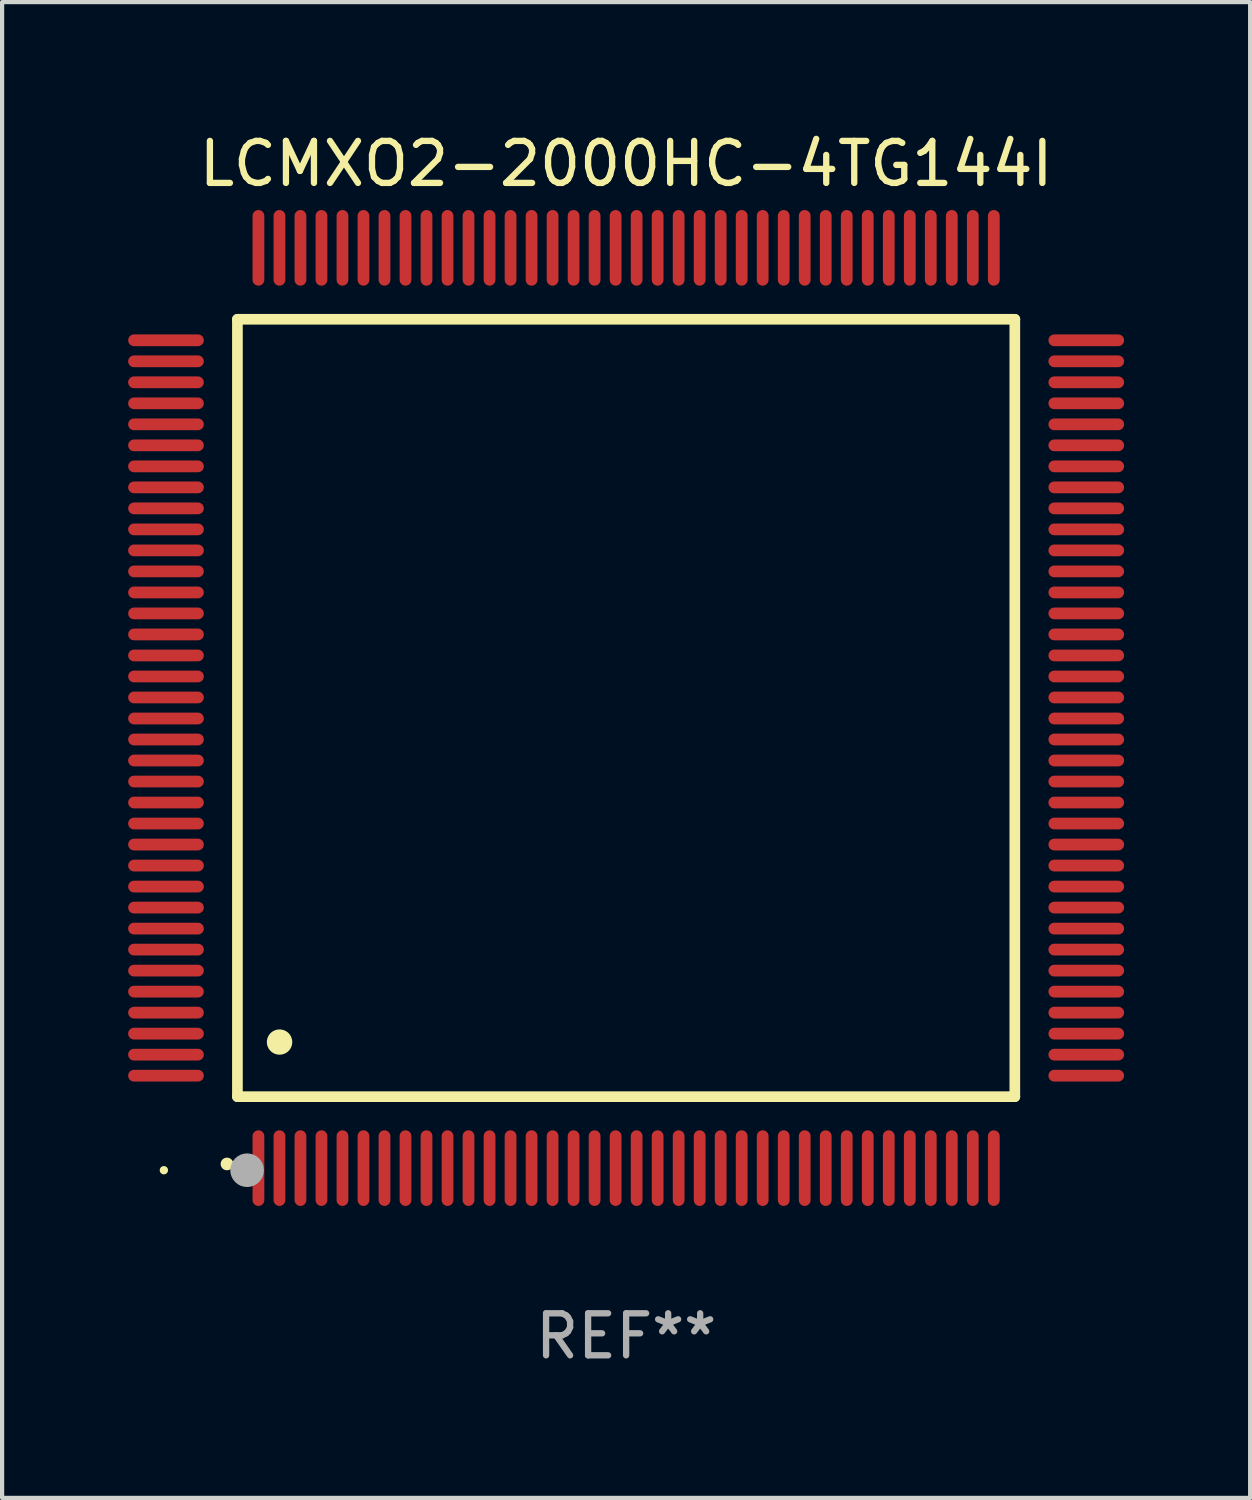
<source format=kicad_pcb>
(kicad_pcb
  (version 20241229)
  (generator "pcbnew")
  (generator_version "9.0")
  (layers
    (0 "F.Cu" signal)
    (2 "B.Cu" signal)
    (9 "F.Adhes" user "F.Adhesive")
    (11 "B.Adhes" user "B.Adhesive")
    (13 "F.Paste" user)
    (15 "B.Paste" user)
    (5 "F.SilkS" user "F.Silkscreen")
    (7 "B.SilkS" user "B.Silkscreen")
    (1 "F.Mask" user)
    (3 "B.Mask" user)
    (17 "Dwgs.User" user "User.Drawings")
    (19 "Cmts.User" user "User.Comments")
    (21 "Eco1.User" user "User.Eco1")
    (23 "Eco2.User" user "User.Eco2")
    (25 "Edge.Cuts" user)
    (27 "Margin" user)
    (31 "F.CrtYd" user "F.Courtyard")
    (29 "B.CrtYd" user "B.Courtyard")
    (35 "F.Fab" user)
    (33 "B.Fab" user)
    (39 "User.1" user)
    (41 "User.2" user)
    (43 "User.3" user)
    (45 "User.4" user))
  (footprint "LCMXO2-2000HC-4TG144I"
    (layer "F.Cu")
    (at 11.85 13.798)
    (property "Reference" "LCMXO2-2000HC-4TG144I" (at 0 -12.95 0) (layer "F.SilkS") (effects (font (size 1 1) (thickness 0.15))))
    (attr through_hole)
    (fp_line (start -9.25 -9.25) (end -9.25 9.25) (stroke (width 0.254) (type solid)) (layer "F.SilkS"))
    (fp_line (start -9.25 9.25) (end 9.25 9.25) (stroke (width 0.254) (type solid)) (layer "F.SilkS"))
    (fp_line (start 9.25 -9.25) (end -9.25 -9.25) (stroke (width 0.254) (type solid)) (layer "F.SilkS"))
    (fp_line (start 9.25 9.25) (end 9.25 -9.25) (stroke (width 0.254) (type solid)) (layer "F.SilkS"))
    (fp_arc (start -9.499619 10.850902) (mid -9.498349 10.850897) (end -9.497079 10.850902) (stroke (width 0.3) (type solid)) (layer "F.SilkS"))
    (fp_arc (start -8.249936 7.950216) (mid -8.247396 7.950205) (end -8.244856 7.950216) (stroke (width 0.6) (type solid)) (layer "F.SilkS"))
    (fp_circle (center -11 11) (end -10.95 11) (stroke (width 0.1) (type solid)) (fill no) (layer "F.SilkS"))
    (fp_circle (center -9.02 11) (end -8.82 11) (stroke (width 0.4) (type solid)) (fill no) (layer "F.Fab"))
    (fp_text user "REF**" (at 0 14.95 0) (layer "F.Fab") (effects (font (size 1 1) (thickness 0.15))))
    (pad "1" smd oval (at -8.75 10.95) (size 0.28 1.8) (layers "F.Cu" "F.Mask" "F.Paste"))
    (pad "2" smd oval (at -8.25 10.95) (size 0.28 1.8) (layers "F.Cu" "F.Mask" "F.Paste"))
    (pad "3" smd oval (at -7.75 10.95) (size 0.28 1.8) (layers "F.Cu" "F.Mask" "F.Paste"))
    (pad "4" smd oval (at -7.25 10.95) (size 0.28 1.8) (layers "F.Cu" "F.Mask" "F.Paste"))
    (pad "5" smd oval (at -6.75 10.95) (size 0.28 1.8) (layers "F.Cu" "F.Mask" "F.Paste"))
    (pad "6" smd oval (at -6.25 10.95) (size 0.28 1.8) (layers "F.Cu" "F.Mask" "F.Paste"))
    (pad "7" smd oval (at -5.75 10.95) (size 0.28 1.8) (layers "F.Cu" "F.Mask" "F.Paste"))
    (pad "8" smd oval (at -5.25 10.95) (size 0.28 1.8) (layers "F.Cu" "F.Mask" "F.Paste"))
    (pad "9" smd oval (at -4.75 10.95) (size 0.28 1.8) (layers "F.Cu" "F.Mask" "F.Paste"))
    (pad "10" smd oval (at -4.25 10.95) (size 0.28 1.8) (layers "F.Cu" "F.Mask" "F.Paste"))
    (pad "11" smd oval (at -3.75 10.95) (size 0.28 1.8) (layers "F.Cu" "F.Mask" "F.Paste"))
    (pad "12" smd oval (at -3.25 10.95) (size 0.28 1.8) (layers "F.Cu" "F.Mask" "F.Paste"))
    (pad "13" smd oval (at -2.75 10.95) (size 0.28 1.8) (layers "F.Cu" "F.Mask" "F.Paste"))
    (pad "14" smd oval (at -2.25 10.95) (size 0.28 1.8) (layers "F.Cu" "F.Mask" "F.Paste"))
    (pad "15" smd oval (at -1.75 10.95) (size 0.28 1.8) (layers "F.Cu" "F.Mask" "F.Paste"))
    (pad "16" smd oval (at -1.25 10.95) (size 0.28 1.8) (layers "F.Cu" "F.Mask" "F.Paste"))
    (pad "17" smd oval (at -0.75 10.95) (size 0.28 1.8) (layers "F.Cu" "F.Mask" "F.Paste"))
    (pad "18" smd oval (at -0.25 10.95) (size 0.28 1.8) (layers "F.Cu" "F.Mask" "F.Paste"))
    (pad "19" smd oval (at 0.25 10.95) (size 0.28 1.8) (layers "F.Cu" "F.Mask" "F.Paste"))
    (pad "20" smd oval (at 0.75 10.95) (size 0.28 1.8) (layers "F.Cu" "F.Mask" "F.Paste"))
    (pad "21" smd oval (at 1.25 10.95) (size 0.28 1.8) (layers "F.Cu" "F.Mask" "F.Paste"))
    (pad "22" smd oval (at 1.75 10.95) (size 0.28 1.8) (layers "F.Cu" "F.Mask" "F.Paste"))
    (pad "23" smd oval (at 2.25 10.95) (size 0.28 1.8) (layers "F.Cu" "F.Mask" "F.Paste"))
    (pad "24" smd oval (at 2.75 10.95) (size 0.28 1.8) (layers "F.Cu" "F.Mask" "F.Paste"))
    (pad "25" smd oval (at 3.25 10.95) (size 0.28 1.8) (layers "F.Cu" "F.Mask" "F.Paste"))
    (pad "26" smd oval (at 3.75 10.95) (size 0.28 1.8) (layers "F.Cu" "F.Mask" "F.Paste"))
    (pad "27" smd oval (at 4.25 10.95) (size 0.28 1.8) (layers "F.Cu" "F.Mask" "F.Paste"))
    (pad "28" smd oval (at 4.75 10.95) (size 0.28 1.8) (layers "F.Cu" "F.Mask" "F.Paste"))
    (pad "29" smd oval (at 5.25 10.95) (size 0.28 1.8) (layers "F.Cu" "F.Mask" "F.Paste"))
    (pad "30" smd oval (at 5.75 10.95) (size 0.28 1.8) (layers "F.Cu" "F.Mask" "F.Paste"))
    (pad "31" smd oval (at 6.25 10.95) (size 0.28 1.8) (layers "F.Cu" "F.Mask" "F.Paste"))
    (pad "32" smd oval (at 6.75 10.95) (size 0.28 1.8) (layers "F.Cu" "F.Mask" "F.Paste"))
    (pad "33" smd oval (at 7.25 10.95) (size 0.28 1.8) (layers "F.Cu" "F.Mask" "F.Paste"))
    (pad "34" smd oval (at 7.75 10.95) (size 0.28 1.8) (layers "F.Cu" "F.Mask" "F.Paste"))
    (pad "35" smd oval (at 8.25 10.95) (size 0.28 1.8) (layers "F.Cu" "F.Mask" "F.Paste"))
    (pad "36" smd oval (at 8.75 10.95) (size 0.28 1.8) (layers "F.Cu" "F.Mask" "F.Paste"))
    (pad "37" smd oval (at 10.95 8.75) (size 1.8 0.28) (layers "F.Cu" "F.Mask" "F.Paste"))
    (pad "38" smd oval (at 10.95 8.25) (size 1.8 0.28) (layers "F.Cu" "F.Mask" "F.Paste"))
    (pad "39" smd oval (at 10.95 7.75) (size 1.8 0.28) (layers "F.Cu" "F.Mask" "F.Paste"))
    (pad "40" smd oval (at 10.95 7.25) (size 1.8 0.28) (layers "F.Cu" "F.Mask" "F.Paste"))
    (pad "41" smd oval (at 10.95 6.75) (size 1.8 0.28) (layers "F.Cu" "F.Mask" "F.Paste"))
    (pad "42" smd oval (at 10.95 6.25) (size 1.8 0.28) (layers "F.Cu" "F.Mask" "F.Paste"))
    (pad "43" smd oval (at 10.95 5.75) (size 1.8 0.28) (layers "F.Cu" "F.Mask" "F.Paste"))
    (pad "44" smd oval (at 10.95 5.25) (size 1.8 0.28) (layers "F.Cu" "F.Mask" "F.Paste"))
    (pad "45" smd oval (at 10.95 4.75) (size 1.8 0.28) (layers "F.Cu" "F.Mask" "F.Paste"))
    (pad "46" smd oval (at 10.95 4.25) (size 1.8 0.28) (layers "F.Cu" "F.Mask" "F.Paste"))
    (pad "47" smd oval (at 10.95 3.75) (size 1.8 0.28) (layers "F.Cu" "F.Mask" "F.Paste"))
    (pad "48" smd oval (at 10.95 3.25) (size 1.8 0.28) (layers "F.Cu" "F.Mask" "F.Paste"))
    (pad "49" smd oval (at 10.95 2.75) (size 1.8 0.28) (layers "F.Cu" "F.Mask" "F.Paste"))
    (pad "50" smd oval (at 10.95 2.25) (size 1.8 0.28) (layers "F.Cu" "F.Mask" "F.Paste"))
    (pad "51" smd oval (at 10.95 1.75) (size 1.8 0.28) (layers "F.Cu" "F.Mask" "F.Paste"))
    (pad "52" smd oval (at 10.95 1.25) (size 1.8 0.28) (layers "F.Cu" "F.Mask" "F.Paste"))
    (pad "53" smd oval (at 10.95 0.75) (size 1.8 0.28) (layers "F.Cu" "F.Mask" "F.Paste"))
    (pad "54" smd oval (at 10.95 0.25) (size 1.8 0.28) (layers "F.Cu" "F.Mask" "F.Paste"))
    (pad "55" smd oval (at 10.95 -0.25) (size 1.8 0.28) (layers "F.Cu" "F.Mask" "F.Paste"))
    (pad "56" smd oval (at 10.95 -0.75) (size 1.8 0.28) (layers "F.Cu" "F.Mask" "F.Paste"))
    (pad "57" smd oval (at 10.95 -1.25) (size 1.8 0.28) (layers "F.Cu" "F.Mask" "F.Paste"))
    (pad "58" smd oval (at 10.95 -1.75) (size 1.8 0.28) (layers "F.Cu" "F.Mask" "F.Paste"))
    (pad "59" smd oval (at 10.95 -2.25) (size 1.8 0.28) (layers "F.Cu" "F.Mask" "F.Paste"))
    (pad "60" smd oval (at 10.95 -2.75) (size 1.8 0.28) (layers "F.Cu" "F.Mask" "F.Paste"))
    (pad "61" smd oval (at 10.95 -3.25) (size 1.8 0.28) (layers "F.Cu" "F.Mask" "F.Paste"))
    (pad "62" smd oval (at 10.95 -3.75) (size 1.8 0.28) (layers "F.Cu" "F.Mask" "F.Paste"))
    (pad "63" smd oval (at 10.95 -4.25) (size 1.8 0.28) (layers "F.Cu" "F.Mask" "F.Paste"))
    (pad "64" smd oval (at 10.95 -4.75) (size 1.8 0.28) (layers "F.Cu" "F.Mask" "F.Paste"))
    (pad "65" smd oval (at 10.95 -5.25) (size 1.8 0.28) (layers "F.Cu" "F.Mask" "F.Paste"))
    (pad "66" smd oval (at 10.95 -5.75) (size 1.8 0.28) (layers "F.Cu" "F.Mask" "F.Paste"))
    (pad "67" smd oval (at 10.95 -6.25) (size 1.8 0.28) (layers "F.Cu" "F.Mask" "F.Paste"))
    (pad "68" smd oval (at 10.95 -6.75) (size 1.8 0.28) (layers "F.Cu" "F.Mask" "F.Paste"))
    (pad "69" smd oval (at 10.95 -7.25) (size 1.8 0.28) (layers "F.Cu" "F.Mask" "F.Paste"))
    (pad "70" smd oval (at 10.95 -7.75) (size 1.8 0.28) (layers "F.Cu" "F.Mask" "F.Paste"))
    (pad "71" smd oval (at 10.95 -8.25) (size 1.8 0.28) (layers "F.Cu" "F.Mask" "F.Paste"))
    (pad "72" smd oval (at 10.95 -8.75) (size 1.8 0.28) (layers "F.Cu" "F.Mask" "F.Paste"))
    (pad "73" smd oval (at 8.75 -10.95) (size 0.28 1.8) (layers "F.Cu" "F.Mask" "F.Paste"))
    (pad "74" smd oval (at 8.25 -10.95) (size 0.28 1.8) (layers "F.Cu" "F.Mask" "F.Paste"))
    (pad "75" smd oval (at 7.75 -10.95) (size 0.28 1.8) (layers "F.Cu" "F.Mask" "F.Paste"))
    (pad "76" smd oval (at 7.25 -10.95) (size 0.28 1.8) (layers "F.Cu" "F.Mask" "F.Paste"))
    (pad "77" smd oval (at 6.75 -10.95) (size 0.28 1.8) (layers "F.Cu" "F.Mask" "F.Paste"))
    (pad "78" smd oval (at 6.25 -10.95) (size 0.28 1.8) (layers "F.Cu" "F.Mask" "F.Paste"))
    (pad "79" smd oval (at 5.75 -10.95) (size 0.28 1.8) (layers "F.Cu" "F.Mask" "F.Paste"))
    (pad "80" smd oval (at 5.25 -10.95) (size 0.28 1.8) (layers "F.Cu" "F.Mask" "F.Paste"))
    (pad "81" smd oval (at 4.75 -10.95) (size 0.28 1.8) (layers "F.Cu" "F.Mask" "F.Paste"))
    (pad "82" smd oval (at 4.25 -10.95) (size 0.28 1.8) (layers "F.Cu" "F.Mask" "F.Paste"))
    (pad "83" smd oval (at 3.75 -10.95) (size 0.28 1.8) (layers "F.Cu" "F.Mask" "F.Paste"))
    (pad "84" smd oval (at 3.25 -10.95) (size 0.28 1.8) (layers "F.Cu" "F.Mask" "F.Paste"))
    (pad "85" smd oval (at 2.75 -10.95) (size 0.28 1.8) (layers "F.Cu" "F.Mask" "F.Paste"))
    (pad "86" smd oval (at 2.25 -10.95) (size 0.28 1.8) (layers "F.Cu" "F.Mask" "F.Paste"))
    (pad "87" smd oval (at 1.75 -10.95) (size 0.28 1.8) (layers "F.Cu" "F.Mask" "F.Paste"))
    (pad "88" smd oval (at 1.25 -10.95) (size 0.28 1.8) (layers "F.Cu" "F.Mask" "F.Paste"))
    (pad "89" smd oval (at 0.75 -10.95) (size 0.28 1.8) (layers "F.Cu" "F.Mask" "F.Paste"))
    (pad "90" smd oval (at 0.25 -10.95) (size 0.28 1.8) (layers "F.Cu" "F.Mask" "F.Paste"))
    (pad "91" smd oval (at -0.25 -10.95) (size 0.28 1.8) (layers "F.Cu" "F.Mask" "F.Paste"))
    (pad "92" smd oval (at -0.75 -10.95) (size 0.28 1.8) (layers "F.Cu" "F.Mask" "F.Paste"))
    (pad "93" smd oval (at -1.25 -10.95) (size 0.28 1.8) (layers "F.Cu" "F.Mask" "F.Paste"))
    (pad "94" smd oval (at -1.75 -10.95) (size 0.28 1.8) (layers "F.Cu" "F.Mask" "F.Paste"))
    (pad "95" smd oval (at -2.25 -10.95) (size 0.28 1.8) (layers "F.Cu" "F.Mask" "F.Paste"))
    (pad "96" smd oval (at -2.75 -10.95) (size 0.28 1.8) (layers "F.Cu" "F.Mask" "F.Paste"))
    (pad "97" smd oval (at -3.25 -10.95) (size 0.28 1.8) (layers "F.Cu" "F.Mask" "F.Paste"))
    (pad "98" smd oval (at -3.75 -10.95) (size 0.28 1.8) (layers "F.Cu" "F.Mask" "F.Paste"))
    (pad "99" smd oval (at -4.25 -10.95) (size 0.28 1.8) (layers "F.Cu" "F.Mask" "F.Paste"))
    (pad "100" smd oval (at -4.75 -10.95) (size 0.28 1.8) (layers "F.Cu" "F.Mask" "F.Paste"))
    (pad "101" smd oval (at -5.25 -10.95) (size 0.28 1.8) (layers "F.Cu" "F.Mask" "F.Paste"))
    (pad "102" smd oval (at -5.75 -10.95) (size 0.28 1.8) (layers "F.Cu" "F.Mask" "F.Paste"))
    (pad "103" smd oval (at -6.25 -10.95) (size 0.28 1.8) (layers "F.Cu" "F.Mask" "F.Paste"))
    (pad "104" smd oval (at -6.75 -10.95) (size 0.28 1.8) (layers "F.Cu" "F.Mask" "F.Paste"))
    (pad "105" smd oval (at -7.25 -10.95) (size 0.28 1.8) (layers "F.Cu" "F.Mask" "F.Paste"))
    (pad "106" smd oval (at -7.75 -10.95) (size 0.28 1.8) (layers "F.Cu" "F.Mask" "F.Paste"))
    (pad "107" smd oval (at -8.25 -10.95) (size 0.28 1.8) (layers "F.Cu" "F.Mask" "F.Paste"))
    (pad "108" smd oval (at -8.75 -10.95) (size 0.28 1.8) (layers "F.Cu" "F.Mask" "F.Paste"))
    (pad "109" smd oval (at -10.95 -8.75) (size 1.8 0.28) (layers "F.Cu" "F.Mask" "F.Paste"))
    (pad "110" smd oval (at -10.95 -8.25) (size 1.8 0.28) (layers "F.Cu" "F.Mask" "F.Paste"))
    (pad "111" smd oval (at -10.95 -7.75) (size 1.8 0.28) (layers "F.Cu" "F.Mask" "F.Paste"))
    (pad "112" smd oval (at -10.95 -7.25) (size 1.8 0.28) (layers "F.Cu" "F.Mask" "F.Paste"))
    (pad "113" smd oval (at -10.95 -6.75) (size 1.8 0.28) (layers "F.Cu" "F.Mask" "F.Paste"))
    (pad "114" smd oval (at -10.95 -6.25) (size 1.8 0.28) (layers "F.Cu" "F.Mask" "F.Paste"))
    (pad "115" smd oval (at -10.95 -5.75) (size 1.8 0.28) (layers "F.Cu" "F.Mask" "F.Paste"))
    (pad "116" smd oval (at -10.95 -5.25) (size 1.8 0.28) (layers "F.Cu" "F.Mask" "F.Paste"))
    (pad "117" smd oval (at -10.95 -4.75) (size 1.8 0.28) (layers "F.Cu" "F.Mask" "F.Paste"))
    (pad "118" smd oval (at -10.95 -4.25) (size 1.8 0.28) (layers "F.Cu" "F.Mask" "F.Paste"))
    (pad "119" smd oval (at -10.95 -3.75) (size 1.8 0.28) (layers "F.Cu" "F.Mask" "F.Paste"))
    (pad "120" smd oval (at -10.95 -3.25) (size 1.8 0.28) (layers "F.Cu" "F.Mask" "F.Paste"))
    (pad "121" smd oval (at -10.95 -2.75) (size 1.8 0.28) (layers "F.Cu" "F.Mask" "F.Paste"))
    (pad "122" smd oval (at -10.95 -2.25) (size 1.8 0.28) (layers "F.Cu" "F.Mask" "F.Paste"))
    (pad "123" smd oval (at -10.95 -1.75) (size 1.8 0.28) (layers "F.Cu" "F.Mask" "F.Paste"))
    (pad "124" smd oval (at -10.95 -1.25) (size 1.8 0.28) (layers "F.Cu" "F.Mask" "F.Paste"))
    (pad "125" smd oval (at -10.95 -0.75) (size 1.8 0.28) (layers "F.Cu" "F.Mask" "F.Paste"))
    (pad "126" smd oval (at -10.95 -0.25) (size 1.8 0.28) (layers "F.Cu" "F.Mask" "F.Paste"))
    (pad "127" smd oval (at -10.95 0.25) (size 1.8 0.28) (layers "F.Cu" "F.Mask" "F.Paste"))
    (pad "128" smd oval (at -10.95 0.75) (size 1.8 0.28) (layers "F.Cu" "F.Mask" "F.Paste"))
    (pad "129" smd oval (at -10.95 1.25) (size 1.8 0.28) (layers "F.Cu" "F.Mask" "F.Paste"))
    (pad "130" smd oval (at -10.95 1.75) (size 1.8 0.28) (layers "F.Cu" "F.Mask" "F.Paste"))
    (pad "131" smd oval (at -10.95 2.25) (size 1.8 0.28) (layers "F.Cu" "F.Mask" "F.Paste"))
    (pad "132" smd oval (at -10.95 2.75) (size 1.8 0.28) (layers "F.Cu" "F.Mask" "F.Paste"))
    (pad "133" smd oval (at -10.95 3.25) (size 1.8 0.28) (layers "F.Cu" "F.Mask" "F.Paste"))
    (pad "134" smd oval (at -10.95 3.75) (size 1.8 0.28) (layers "F.Cu" "F.Mask" "F.Paste"))
    (pad "135" smd oval (at -10.95 4.25) (size 1.8 0.28) (layers "F.Cu" "F.Mask" "F.Paste"))
    (pad "136" smd oval (at -10.95 4.75) (size 1.8 0.28) (layers "F.Cu" "F.Mask" "F.Paste"))
    (pad "137" smd oval (at -10.95 5.25) (size 1.8 0.28) (layers "F.Cu" "F.Mask" "F.Paste"))
    (pad "138" smd oval (at -10.95 5.75) (size 1.8 0.28) (layers "F.Cu" "F.Mask" "F.Paste"))
    (pad "139" smd oval (at -10.95 6.25) (size 1.8 0.28) (layers "F.Cu" "F.Mask" "F.Paste"))
    (pad "140" smd oval (at -10.95 6.75) (size 1.8 0.28) (layers "F.Cu" "F.Mask" "F.Paste"))
    (pad "141" smd oval (at -10.95 7.25) (size 1.8 0.28) (layers "F.Cu" "F.Mask" "F.Paste"))
    (pad "142" smd oval (at -10.95 7.75) (size 1.8 0.28) (layers "F.Cu" "F.Mask" "F.Paste"))
    (pad "143" smd oval (at -10.95 8.25) (size 1.8 0.28) (layers "F.Cu" "F.Mask" "F.Paste"))
    (pad "144" smd oval (at -10.95 8.75) (size 1.8 0.28) (layers "F.Cu" "F.Mask" "F.Paste")))
  (gr_rect
    (start -3 -3)
    (end 26.7 32.596)
    (stroke (width 0.1) (type default))
    (fill no)
    (layer "Edge.Cuts")))
</source>
